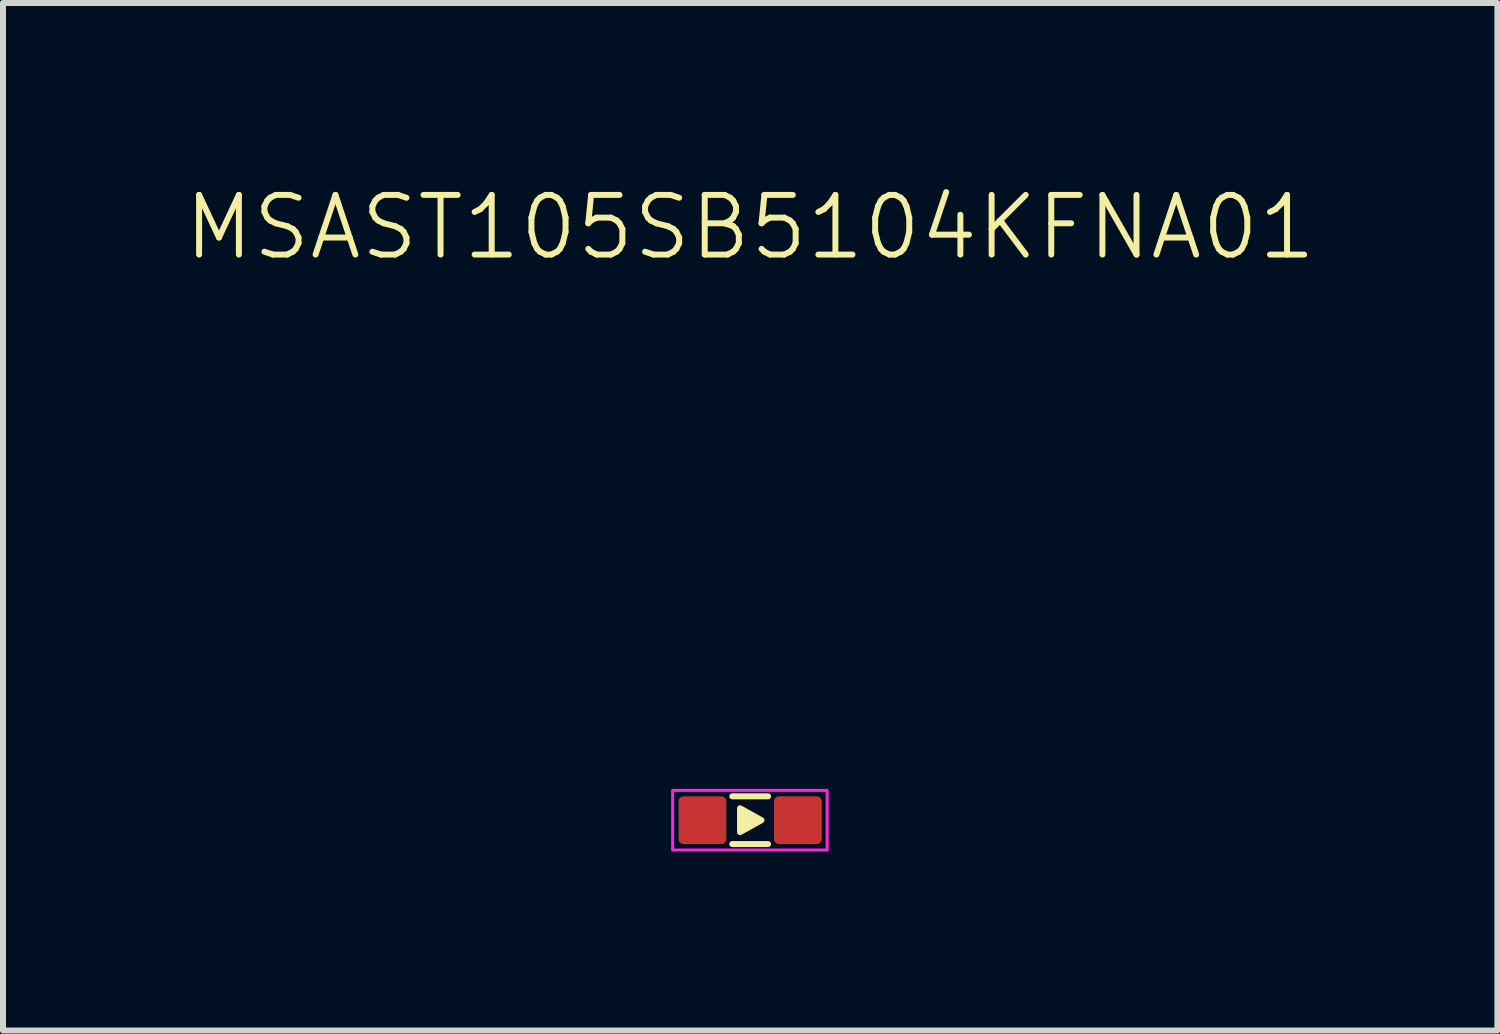
<source format=kicad_pcb>
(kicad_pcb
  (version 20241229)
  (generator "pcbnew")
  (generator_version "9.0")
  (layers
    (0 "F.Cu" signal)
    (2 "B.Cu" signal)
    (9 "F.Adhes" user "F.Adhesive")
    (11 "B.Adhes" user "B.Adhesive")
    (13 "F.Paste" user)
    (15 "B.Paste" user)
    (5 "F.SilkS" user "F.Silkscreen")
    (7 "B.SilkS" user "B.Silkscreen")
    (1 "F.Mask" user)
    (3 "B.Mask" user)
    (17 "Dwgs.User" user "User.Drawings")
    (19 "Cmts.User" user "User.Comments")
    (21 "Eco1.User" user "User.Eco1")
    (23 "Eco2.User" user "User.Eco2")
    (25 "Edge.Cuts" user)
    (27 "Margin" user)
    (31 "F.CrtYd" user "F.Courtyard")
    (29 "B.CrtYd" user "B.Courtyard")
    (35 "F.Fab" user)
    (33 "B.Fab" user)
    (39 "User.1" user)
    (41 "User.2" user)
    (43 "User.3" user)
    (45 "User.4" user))
  (footprint "MSAST105SB5104KFNA01"
    (layer "F.Cu")
    (at 9.526 10.7)
    (property "Reference" "MSAST105SB5104KFNA01" (at 0 -9.94 0) (unlocked yes) (layer "F.SilkS") (effects (font (size 1 1) (thickness 0.1))))
    (attr smd)
    (fp_line (start -0.3 -0.4) (end 0.3 -0.4) (stroke (width 0.1) (type default)) (layer "F.SilkS"))
    (fp_line (start -0.3 0.4) (end 0.3 0.4) (stroke (width 0.1) (type default)) (layer "F.SilkS"))
    (fp_poly (pts (xy -0.17 -0.2) (xy -0.17 0.2) (xy 0.19 0)) (stroke (width 0.1) (type solid)) (fill yes) (layer "F.SilkS"))
    (fp_rect (start -1.3 -0.5) (end 1.29 0.5) (stroke (width 0.05) (type default)) (fill no) (layer "F.CrtYd"))
    (pad "1" smd roundrect (at -0.8 0) (size 0.8 0.8) (layers "F.Cu" "F.Mask" "F.Paste") (roundrect_rratio 0.1))
    (pad "2" smd roundrect (at 0.8 0) (size 0.8 0.8) (layers "F.Cu" "F.Mask" "F.Paste") (roundrect_rratio 0.1)))
  (gr_rect
    (start -3 -3)
    (end 22.052 14.226)
    (stroke (width 0.1) (type default))
    (fill no)
    (layer "Edge.Cuts")))
</source>
